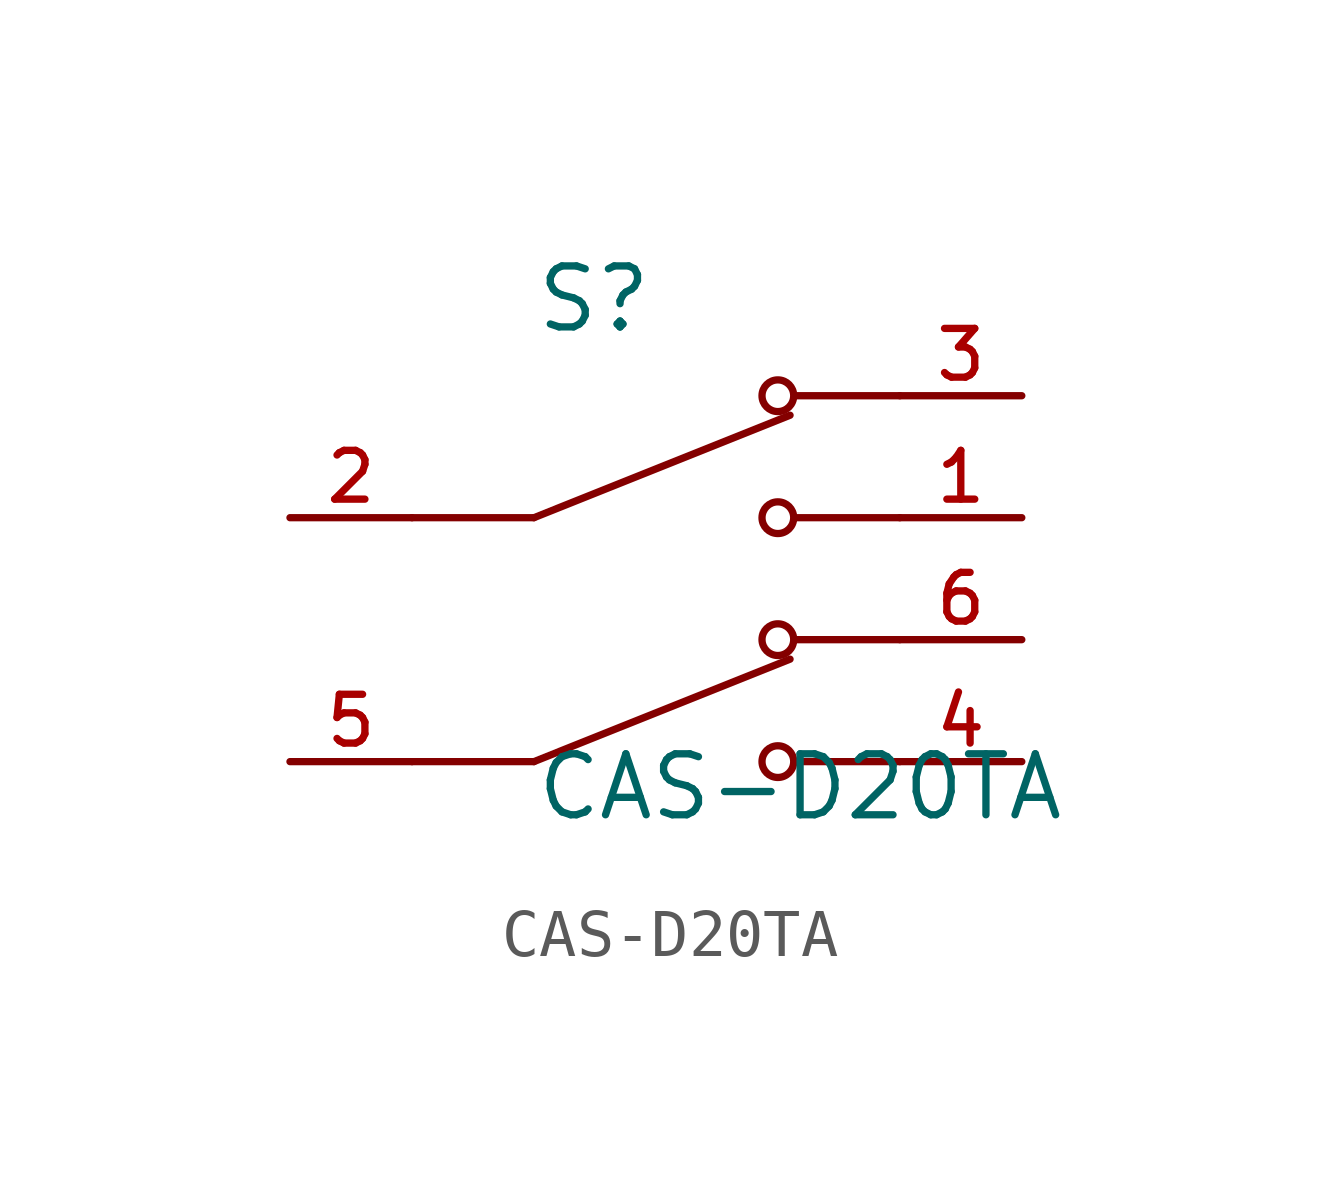
<source format=kicad_sym>
(kicad_symbol_lib
  (version 20211014)
  (generator kicad_symbol_editor)
  (symbol "CAS-D20TA"
    (pin_names
      (offset 1.016) hide)
    (property "Reference" "S"
      (at -2.54 6.35 0)
      (effects (font (size 1.27 1.27)) (justify left bottom)))
    (property "Value" "CAS-D20TA"
      (at -2.54 -3.81 0)
      (effects (font (size 1.27 1.27)) (justify left bottom)))
    (property "ki_locked" ""
      (at 0 0 0)
      (effects (font (size 1.27 1.27))))
    (symbol "CAS-D20TA_0_0"
      (polyline (pts (xy -2.54 -2.54) (xy -5.08 -2.54)) (stroke (width 0.152) (type default) (color 0 0 0 0)) (fill (type none)))
      (polyline (pts (xy -2.54 -2.54) (xy 2.794 -0.406)) (stroke (width 0.152) (type default) (color 0 0 0 0)) (fill (type none)))
      (polyline (pts (xy -2.54 2.54) (xy -5.08 2.54)) (stroke (width 0.152) (type default) (color 0 0 0 0)) (fill (type none)))
      (polyline (pts (xy -2.54 2.54) (xy 2.794 4.674)) (stroke (width 0.152) (type default) (color 0 0 0 0)) (fill (type none)))
      (polyline (pts (xy 5.08 -2.54) (xy 2.921 -2.54)) (stroke (width 0.152) (type default) (color 0 0 0 0)) (fill (type none)))
      (polyline (pts (xy 5.08 0) (xy 2.921 0)) (stroke (width 0.152) (type default) (color 0 0 0 0)) (fill (type none)))
      (polyline (pts (xy 5.08 2.54) (xy 2.921 2.54)) (stroke (width 0.152) (type default) (color 0 0 0 0)) (fill (type none)))
      (polyline (pts (xy 5.08 5.08) (xy 2.921 5.08)) (stroke (width 0.152) (type default) (color 0 0 0 0)) (fill (type none)))
      (circle (center 2.54 -2.54) (radius 0.33) (stroke (width 0.152) (type default) (color 0 0 0 0)) (fill (type none)))
      (circle (center 2.54 0) (radius 0.33) (stroke (width 0.152) (type default) (color 0 0 0 0)) (fill (type none)))
      (circle (center 2.54 2.54) (radius 0.33) (stroke (width 0.152) (type default) (color 0 0 0 0)) (fill (type none)))
      (circle (center 2.54 5.08) (radius 0.33) (stroke (width 0.152) (type default) (color 0 0 0 0)) (fill (type none)))
      (pin passive line (at 7.62 2.54 180) (length 2.54) (name "~" (effects (font (size 1.016 1.016)))) (number "1" (effects (font (size 1.016 1.016)))))
      (pin passive line (at -7.62 2.54 0) (length 2.54) (name "~" (effects (font (size 1.016 1.016)))) (number "2" (effects (font (size 1.016 1.016)))))
      (pin passive line (at 7.62 5.08 180) (length 2.54) (name "~" (effects (font (size 1.016 1.016)))) (number "3" (effects (font (size 1.016 1.016)))))
      (pin passive line (at 7.62 -2.54 180) (length 2.54) (name "~" (effects (font (size 1.016 1.016)))) (number "4" (effects (font (size 1.016 1.016)))))
      (pin passive line (at -7.62 -2.54 0) (length 2.54) (name "~" (effects (font (size 1.016 1.016)))) (number "5" (effects (font (size 1.016 1.016)))))
      (pin passive line (at 7.62 0 180) (length 2.54) (name "~" (effects (font (size 1.016 1.016)))) (number "6" (effects (font (size 1.016 1.016))))))))
</source>
